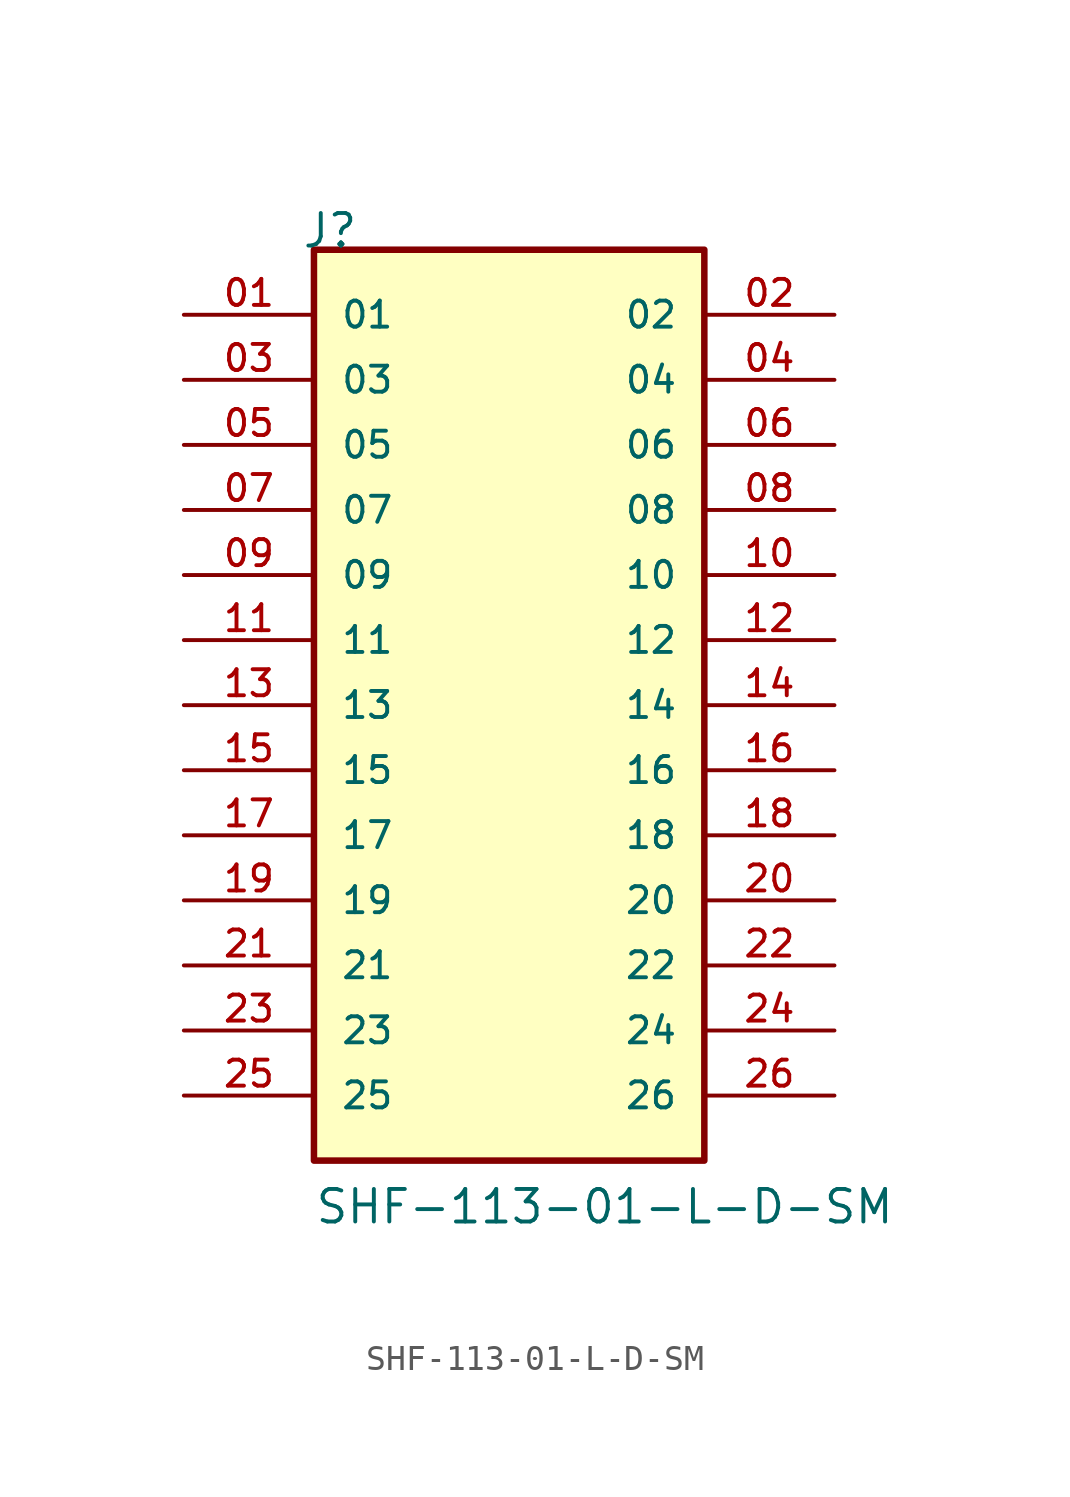
<source format=kicad_sym>
(kicad_symbol_lib
  (version 20211014)
  (generator kicad_symbol_editor)
  (symbol "SHF-113-01-L-D-SM"
    (pin_names
      (offset 1.016))
    (property "Reference" "J"
      (at -8.12 17.78 0)
      (effects (font (size 1.27 1.27)) (justify bottom left)))
    (property "Value" "SHF-113-01-L-D-SM"
      (at -7.62 -20.32 0)
      (effects (font (size 1.27 1.27)) (justify bottom left)))
    (symbol "SHF-113-01-L-D-SM_0_0"
      (rectangle (start -7.62 -17.78) (end 7.62 17.78) (stroke (width 0.254)) (fill (type background)))
      (pin passive line (at -12.7 15.24 0) (length 5.08) (name "01" (effects (font (size 1.016 1.016)))) (number "01" (effects (font (size 1.016 1.016)))))
      (pin passive line (at 12.7 15.24 180.0) (length 5.08) (name "02" (effects (font (size 1.016 1.016)))) (number "02" (effects (font (size 1.016 1.016)))))
      (pin passive line (at -12.7 12.7 0) (length 5.08) (name "03" (effects (font (size 1.016 1.016)))) (number "03" (effects (font (size 1.016 1.016)))))
      (pin passive line (at 12.7 12.7 180.0) (length 5.08) (name "04" (effects (font (size 1.016 1.016)))) (number "04" (effects (font (size 1.016 1.016)))))
      (pin passive line (at -12.7 10.16 0) (length 5.08) (name "05" (effects (font (size 1.016 1.016)))) (number "05" (effects (font (size 1.016 1.016)))))
      (pin passive line (at 12.7 10.16 180.0) (length 5.08) (name "06" (effects (font (size 1.016 1.016)))) (number "06" (effects (font (size 1.016 1.016)))))
      (pin passive line (at -12.7 7.62 0) (length 5.08) (name "07" (effects (font (size 1.016 1.016)))) (number "07" (effects (font (size 1.016 1.016)))))
      (pin passive line (at 12.7 7.62 180.0) (length 5.08) (name "08" (effects (font (size 1.016 1.016)))) (number "08" (effects (font (size 1.016 1.016)))))
      (pin passive line (at -12.7 5.08 0) (length 5.08) (name "09" (effects (font (size 1.016 1.016)))) (number "09" (effects (font (size 1.016 1.016)))))
      (pin passive line (at 12.7 5.08 180.0) (length 5.08) (name "10" (effects (font (size 1.016 1.016)))) (number "10" (effects (font (size 1.016 1.016)))))
      (pin passive line (at -12.7 2.54 0) (length 5.08) (name "11" (effects (font (size 1.016 1.016)))) (number "11" (effects (font (size 1.016 1.016)))))
      (pin passive line (at 12.7 2.54 180.0) (length 5.08) (name "12" (effects (font (size 1.016 1.016)))) (number "12" (effects (font (size 1.016 1.016)))))
      (pin passive line (at -12.7 0.0 0) (length 5.08) (name "13" (effects (font (size 1.016 1.016)))) (number "13" (effects (font (size 1.016 1.016)))))
      (pin passive line (at 12.7 0.0 180.0) (length 5.08) (name "14" (effects (font (size 1.016 1.016)))) (number "14" (effects (font (size 1.016 1.016)))))
      (pin passive line (at -12.7 -2.54 0) (length 5.08) (name "15" (effects (font (size 1.016 1.016)))) (number "15" (effects (font (size 1.016 1.016)))))
      (pin passive line (at 12.7 -2.54 180.0) (length 5.08) (name "16" (effects (font (size 1.016 1.016)))) (number "16" (effects (font (size 1.016 1.016)))))
      (pin passive line (at -12.7 -5.08 0) (length 5.08) (name "17" (effects (font (size 1.016 1.016)))) (number "17" (effects (font (size 1.016 1.016)))))
      (pin passive line (at 12.7 -5.08 180.0) (length 5.08) (name "18" (effects (font (size 1.016 1.016)))) (number "18" (effects (font (size 1.016 1.016)))))
      (pin passive line (at -12.7 -7.62 0) (length 5.08) (name "19" (effects (font (size 1.016 1.016)))) (number "19" (effects (font (size 1.016 1.016)))))
      (pin passive line (at 12.7 -7.62 180.0) (length 5.08) (name "20" (effects (font (size 1.016 1.016)))) (number "20" (effects (font (size 1.016 1.016)))))
      (pin passive line (at -12.7 -10.16 0) (length 5.08) (name "21" (effects (font (size 1.016 1.016)))) (number "21" (effects (font (size 1.016 1.016)))))
      (pin passive line (at 12.7 -10.16 180.0) (length 5.08) (name "22" (effects (font (size 1.016 1.016)))) (number "22" (effects (font (size 1.016 1.016)))))
      (pin passive line (at -12.7 -12.7 0) (length 5.08) (name "23" (effects (font (size 1.016 1.016)))) (number "23" (effects (font (size 1.016 1.016)))))
      (pin passive line (at 12.7 -12.7 180.0) (length 5.08) (name "24" (effects (font (size 1.016 1.016)))) (number "24" (effects (font (size 1.016 1.016)))))
      (pin passive line (at -12.7 -15.24 0) (length 5.08) (name "25" (effects (font (size 1.016 1.016)))) (number "25" (effects (font (size 1.016 1.016)))))
      (pin passive line (at 12.7 -15.24 180.0) (length 5.08) (name "26" (effects (font (size 1.016 1.016)))) (number "26" (effects (font (size 1.016 1.016))))))))
</source>
